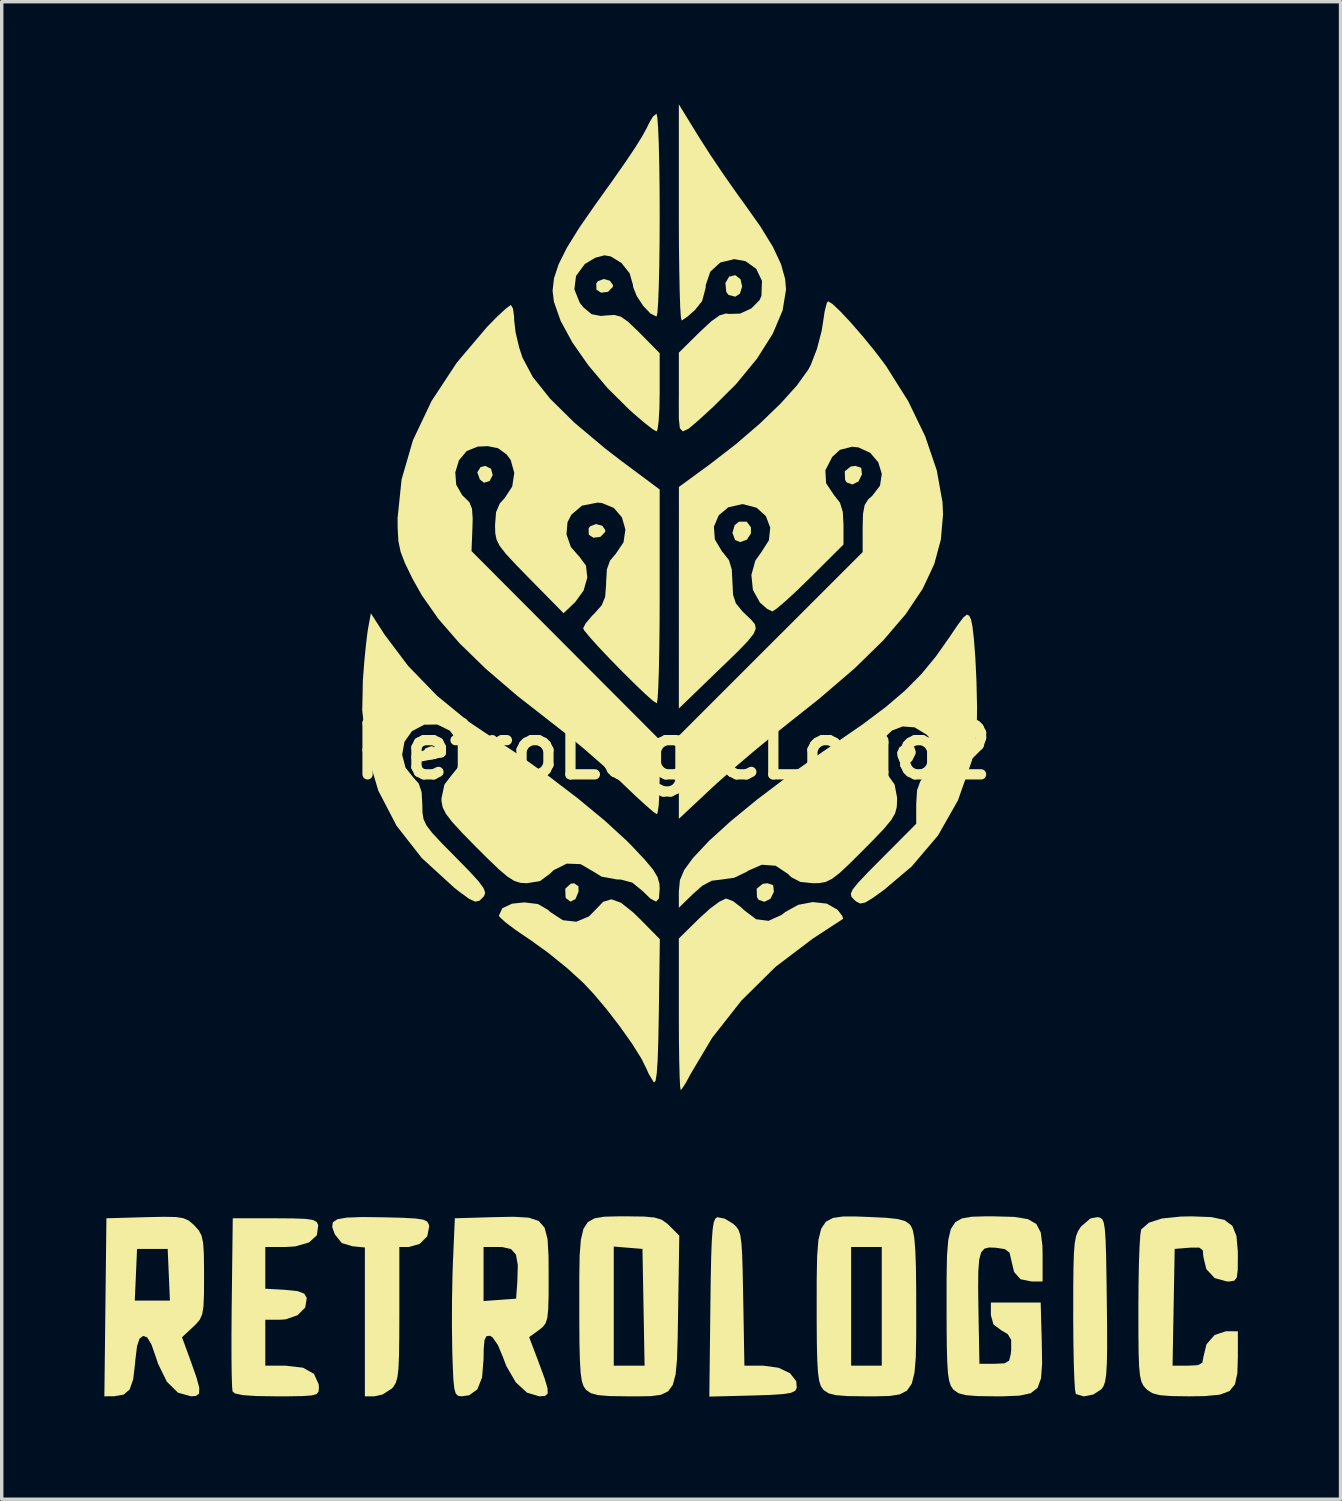
<source format=kicad_pcb>
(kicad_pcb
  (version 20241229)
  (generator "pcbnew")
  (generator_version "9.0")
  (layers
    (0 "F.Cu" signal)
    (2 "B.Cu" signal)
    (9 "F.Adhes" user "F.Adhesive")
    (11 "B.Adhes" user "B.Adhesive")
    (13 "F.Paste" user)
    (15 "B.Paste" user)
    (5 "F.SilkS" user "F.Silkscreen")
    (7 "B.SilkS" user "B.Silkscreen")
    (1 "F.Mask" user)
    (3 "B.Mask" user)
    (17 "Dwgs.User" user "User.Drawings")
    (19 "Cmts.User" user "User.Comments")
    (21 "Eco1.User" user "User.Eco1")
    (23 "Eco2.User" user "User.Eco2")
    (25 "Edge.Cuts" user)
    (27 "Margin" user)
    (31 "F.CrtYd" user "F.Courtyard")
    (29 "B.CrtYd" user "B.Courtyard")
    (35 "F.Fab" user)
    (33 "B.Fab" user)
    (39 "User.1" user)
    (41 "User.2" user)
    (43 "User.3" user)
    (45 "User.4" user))
  (footprint "RetroLogicLogo2"
    (layer "F.Cu")
    (at 16.62 18.901)
    (property "Reference" "RetroLogicLogo2" (at 0 0 0) (layer "F.SilkS") (effects (font (size 1.5 1.5) (thickness 0.3))))
    (attr board_only exclude_from_pos_files exclude_from_bom)
    (fp_poly (pts (xy -5.32 -8.251) (xy -5.272 -8.066) (xy -5.363 -7.895) (xy -5.527 -7.843) (xy -5.645 -7.938) (xy -5.722 -8.149) (xy -5.624 -8.303) (xy -5.488 -8.336)) (stroke (width 0) (type solid)) (fill yes) (layer "F.SilkS"))
    (fp_poly (pts (xy -6.883 -0.097) (xy -6.791 0.03) (xy -6.798 0.084) (xy -6.936 0.228) (xy -7.14 0.253) (xy -7.275 0.164) (xy -7.28 -0.017) (xy -7.237 -0.081) (xy -7.065 -0.146)) (stroke (width 0) (type solid)) (fill yes) (layer "F.SilkS"))
    (fp_poly (pts (xy -2.767 3.948) (xy -2.762 4.103) (xy -2.852 4.321) (xy -2.996 4.397) (xy -3.126 4.303) (xy -3.143 4.267) (xy -3.151 4.02) (xy -2.994 3.875) (xy -2.895 3.86)) (stroke (width 0) (type solid)) (fill yes) (layer "F.SilkS"))
    (fp_poly (pts (xy -2.071 -6.587) (xy -1.98 -6.46) (xy -1.986 -6.406) (xy -2.125 -6.262) (xy -2.329 -6.237) (xy -2.464 -6.326) (xy -2.469 -6.507) (xy -2.426 -6.57) (xy -2.253 -6.636)) (stroke (width 0) (type solid)) (fill yes) (layer "F.SilkS"))
    (fp_poly (pts (xy -1.848 -13.748) (xy -1.756 -13.621) (xy -1.762 -13.567) (xy -1.901 -13.423) (xy -2.105 -13.398) (xy -2.24 -13.487) (xy -2.245 -13.668) (xy -2.202 -13.732) (xy -2.029 -13.797)) (stroke (width 0) (type solid)) (fill yes) (layer "F.SilkS"))
    (fp_poly (pts (xy 1.972 -13.789) (xy 2.017 -13.575) (xy 1.953 -13.37) (xy 1.818 -13.281) (xy 1.619 -13.332) (xy 1.554 -13.419) (xy 1.529 -13.679) (xy 1.636 -13.866) (xy 1.818 -13.91)) (stroke (width 0) (type solid)) (fill yes) (layer "F.SilkS"))
    (fp_poly (pts (xy 2.275 -6.541) (xy 2.275 -6.363) (xy 2.157 -6.179) (xy 1.96 -6.11) (xy 1.813 -6.169) (xy 1.734 -6.378) (xy 1.799 -6.603) (xy 1.921 -6.705) (xy 2.151 -6.707)) (stroke (width 0) (type solid)) (fill yes) (layer "F.SilkS"))
    (fp_poly (pts (xy 2.925 3.916) (xy 2.945 4.111) (xy 2.844 4.315) (xy 2.668 4.402) (xy 2.501 4.346) (xy 2.451 4.266) (xy 2.443 4.019) (xy 2.619 3.878) (xy 2.756 3.86)) (stroke (width 0) (type solid)) (fill yes) (layer "F.SilkS"))
    (fp_poly (pts (xy 5.498 -8.28) (xy 5.519 -8.086) (xy 5.417 -7.881) (xy 5.242 -7.794) (xy 5.075 -7.851) (xy 5.025 -7.931) (xy 5.017 -8.178) (xy 5.192 -8.318) (xy 5.329 -8.336)) (stroke (width 0) (type solid)) (fill yes) (layer "F.SilkS"))
    (fp_poly (pts (xy 7.043 -0.131) (xy 7.092 0.016) (xy 7.085 0.083) (xy 6.979 0.293) (xy 6.792 0.383) (xy 6.624 0.321) (xy 6.557 0.153) (xy 6.546 0.037) (xy 6.62 -0.125) (xy 6.833 -0.168)) (stroke (width 0) (type solid)) (fill yes) (layer "F.SilkS"))
    (fp_poly (pts (xy 1.505 13.661) (xy 1.744 13.804) (xy 1.841 13.89) (xy 1.912 13.991) (xy 1.963 14.14) (xy 1.996 14.373) (xy 2.019 14.723) (xy 2.034 15.225) (xy 2.048 15.913) (xy 2.049 15.991) (xy 2.084 17.959) (xy 2.637 17.959) (xy 3.081 18.019) (xy 3.416 18.179) (xy 3.599 18.412) (xy 3.614 18.609) (xy 3.569 18.693) (xy 3.447 18.751) (xy 3.211 18.789) (xy 2.822 18.814) (xy 2.318 18.83) (xy 1.059 18.862) (xy 1.089 16.258) (xy 1.1 15.419) (xy 1.113 14.779) (xy 1.131 14.309) (xy 1.155 13.985) (xy 1.186 13.78) (xy 1.229 13.668) (xy 1.283 13.623) (xy 1.297 13.62)) (stroke (width 0) (type solid)) (fill yes) (layer "F.SilkS"))
    (fp_poly (pts (xy -8.448 13.623) (xy -7.895 13.637) (xy -7.526 13.658) (xy -7.303 13.691) (xy -7.187 13.745) (xy -7.139 13.829) (xy -7.127 13.889) (xy -7.185 14.179) (xy -7.405 14.4) (xy -7.722 14.49) (xy -7.729 14.49) (xy -8 14.49) (xy -8 16.448) (xy -8.002 17.16) (xy -8.01 17.682) (xy -8.027 18.05) (xy -8.057 18.298) (xy -8.103 18.46) (xy -8.17 18.571) (xy -8.224 18.63) (xy -8.491 18.8) (xy -8.728 18.854) (xy -9.007 18.854) (xy -9.007 16.679) (xy -9.007 14.504) (xy -9.37 14.469) (xy -9.683 14.375) (xy -9.88 14.127) (xy -9.887 14.113) (xy -9.961 13.912) (xy -9.945 13.771) (xy -9.812 13.68) (xy -9.534 13.631) (xy -9.086 13.615)) (stroke (width 0) (type solid)) (fill yes) (layer "F.SilkS"))
    (fp_poly (pts (xy 12.484 13.635) (xy 12.544 13.683) (xy 12.587 13.788) (xy 12.618 13.98) (xy 12.639 14.287) (xy 12.654 14.736) (xy 12.665 15.357) (xy 12.674 16.046) (xy 12.683 16.849) (xy 12.684 17.46) (xy 12.675 17.906) (xy 12.656 18.218) (xy 12.624 18.427) (xy 12.577 18.561) (xy 12.517 18.647) (xy 12.279 18.802) (xy 11.998 18.856) (xy 11.778 18.789) (xy 11.768 18.78) (xy 11.745 18.65) (xy 11.725 18.331) (xy 11.709 17.858) (xy 11.698 17.266) (xy 11.693 16.589) (xy 11.693 16.445) (xy 11.694 15.675) (xy 11.7 15.096) (xy 11.713 14.675) (xy 11.737 14.38) (xy 11.775 14.177) (xy 11.829 14.034) (xy 11.903 13.918) (xy 11.93 13.884) (xy 12.196 13.655) (xy 12.405 13.617)) (stroke (width 0) (type solid)) (fill yes) (layer "F.SilkS"))
    (fp_poly (pts (xy 1.755 4.385) (xy 2.005 4.578) (xy 2.07 4.644) (xy 2.425 4.912) (xy 2.788 4.959) (xy 3.172 4.784) (xy 3.28 4.7) (xy 3.654 4.492) (xy 4.083 4.41) (xy 4.491 4.456) (xy 4.801 4.632) (xy 4.812 4.644) (xy 4.946 4.818) (xy 4.969 4.9) (xy 4.861 4.971) (xy 4.61 5.134) (xy 4.262 5.361) (xy 4.084 5.477) (xy 2.994 6.303) (xy 1.998 7.287) (xy 1.139 8.38) (xy 0.516 9.427) (xy 0.365 9.705) (xy 0.252 9.877) (xy 0.222 9.903) (xy 0.205 9.796) (xy 0.191 9.5) (xy 0.179 9.047) (xy 0.171 8.472) (xy 0.168 7.807) (xy 0.168 7.689) (xy 0.168 5.475) (xy 0.759 4.892) (xy 1.074 4.606) (xy 1.353 4.399) (xy 1.541 4.309) (xy 1.553 4.308)) (stroke (width 0) (type solid)) (fill yes) (layer "F.SilkS"))
    (fp_poly (pts (xy -1.525 4.429) (xy -1.172 4.708) (xy -0.973 4.901) (xy -0.387 5.495) (xy -0.417 7.66) (xy -0.432 8.446) (xy -0.451 9.025) (xy -0.477 9.413) (xy -0.511 9.627) (xy -0.553 9.683) (xy -0.57 9.668) (xy -0.719 9.419) (xy -0.761 9.319) (xy -0.921 8.994) (xy -1.195 8.555) (xy -1.548 8.056) (xy -1.94 7.546) (xy -2.335 7.078) (xy -2.625 6.77) (xy -3.091 6.346) (xy -3.641 5.9) (xy -4.164 5.522) (xy -4.224 5.483) (xy -4.603 5.225) (xy -4.898 5.003) (xy -5.066 4.848) (xy -5.09 4.806) (xy -4.991 4.59) (xy -4.707 4.457) (xy -4.347 4.42) (xy -3.95 4.468) (xy -3.655 4.639) (xy -3.591 4.7) (xy -3.221 4.941) (xy -2.827 4.984) (xy -2.462 4.832) (xy -2.276 4.644) (xy -2.045 4.403) (xy -1.805 4.329)) (stroke (width 0) (type solid)) (fill yes) (layer "F.SilkS"))
    (fp_poly (pts (xy -11.096 13.655) (xy -10.737 13.669) (xy -10.523 13.702) (xy -10.415 13.758) (xy -10.372 13.845) (xy -10.37 13.855) (xy -10.41 14.147) (xy -10.641 14.358) (xy -11.042 14.473) (xy -11.319 14.49) (xy -11.917 14.49) (xy -11.917 15.1) (xy -11.917 15.709) (xy -11.33 15.743) (xy -10.968 15.781) (xy -10.777 15.855) (xy -10.705 15.981) (xy -10.752 16.262) (xy -10.973 16.483) (xy -11.321 16.604) (xy -11.487 16.616) (xy -11.917 16.616) (xy -11.917 17.288) (xy -11.917 17.959) (xy -11.319 17.959) (xy -10.814 18.018) (xy -10.495 18.198) (xy -10.357 18.503) (xy -10.35 18.611) (xy -10.361 18.717) (xy -10.418 18.787) (xy -10.562 18.828) (xy -10.83 18.847) (xy -11.262 18.854) (xy -11.585 18.854) (xy -12.181 18.846) (xy -12.578 18.819) (xy -12.802 18.77) (xy -12.874 18.712) (xy -12.888 18.562) (xy -12.899 18.223) (xy -12.905 17.73) (xy -12.906 17.115) (xy -12.901 16.415) (xy -12.898 16.11) (xy -12.868 13.651) (xy -11.639 13.651)) (stroke (width 0) (type solid)) (fill yes) (layer "F.SilkS"))
    (fp_poly (pts (xy -1.313 13.595) (xy -0.843 13.601) (xy -0.536 13.63) (xy -0.333 13.694) (xy -0.172 13.807) (xy -0.1 13.876) (xy 0.181 14.158) (xy 0.147 16.347) (xy 0.134 17.158) (xy 0.115 17.772) (xy 0.073 18.217) (xy -0.009 18.52) (xy -0.145 18.708) (xy -0.353 18.809) (xy -0.649 18.849) (xy -1.049 18.855) (xy -1.347 18.854) (xy -1.856 18.847) (xy -2.192 18.819) (xy -2.403 18.762) (xy -2.538 18.669) (xy -2.556 18.65) (xy -2.62 18.552) (xy -2.668 18.401) (xy -2.702 18.165) (xy -2.723 17.813) (xy -2.736 17.316) (xy -2.741 16.643) (xy -2.741 16.218) (xy -1.734 16.218) (xy -1.734 17.959) (xy -1.284 17.959) (xy -0.833 17.959) (xy -0.864 16.253) (xy -0.895 14.546) (xy -1.315 14.512) (xy -1.734 14.477) (xy -1.734 16.218) (xy -2.741 16.218) (xy -2.741 16.194) (xy -2.741 15.367) (xy -2.731 14.737) (xy -2.695 14.277) (xy -2.62 13.96) (xy -2.491 13.761) (xy -2.293 13.651) (xy -2.011 13.605) (xy -1.63 13.595)) (stroke (width 0) (type solid)) (fill yes) (layer "F.SilkS"))
    (fp_poly (pts (xy 5.36 13.599) (xy 5.726 13.613) (xy 6.24 13.638) (xy 6.578 13.676) (xy 6.787 13.736) (xy 6.914 13.828) (xy 6.947 13.868) (xy 7.005 13.997) (xy 7.048 14.221) (xy 7.077 14.568) (xy 7.096 15.066) (xy 7.104 15.743) (xy 7.105 16.246) (xy 7.105 17.075) (xy 7.093 17.706) (xy 7.054 18.168) (xy 6.974 18.485) (xy 6.836 18.686) (xy 6.625 18.797) (xy 6.327 18.844) (xy 5.926 18.854) (xy 5.612 18.854) (xy 5.097 18.847) (xy 4.757 18.82) (xy 4.543 18.766) (xy 4.406 18.676) (xy 4.381 18.65) (xy 4.316 18.551) (xy 4.268 18.398) (xy 4.235 18.159) (xy 4.213 17.804) (xy 4.201 17.3) (xy 4.196 16.619) (xy 4.196 16.244) (xy 4.196 16.225) (xy 5.203 16.225) (xy 5.203 17.959) (xy 5.651 17.959) (xy 6.098 17.959) (xy 6.098 16.225) (xy 6.098 14.49) (xy 5.651 14.49) (xy 5.203 14.49) (xy 5.203 16.225) (xy 4.196 16.225) (xy 4.197 15.401) (xy 4.209 14.756) (xy 4.247 14.284) (xy 4.327 13.958) (xy 4.463 13.752) (xy 4.671 13.641) (xy 4.965 13.599)) (stroke (width 0) (type solid)) (fill yes) (layer "F.SilkS"))
    (fp_poly (pts (xy 0.75 -17.954) (xy 1.092 -17.419) (xy 1.501 -16.813) (xy 1.905 -16.238) (xy 2.038 -16.057) (xy 2.55 -15.335) (xy 2.917 -14.737) (xy 3.153 -14.234) (xy 3.275 -13.794) (xy 3.3 -13.489) (xy 3.2 -12.879) (xy 2.913 -12.199) (xy 2.454 -11.473) (xy 1.84 -10.726) (xy 1.175 -10.065) (xy 0.743 -9.669) (xy 0.456 -9.425) (xy 0.284 -9.344) (xy 0.198 -9.435) (xy 0.168 -9.709) (xy 0.167 -10.176) (xy 0.168 -10.424) (xy 0.168 -11.645) (xy 0.774 -12.244) (xy 1.117 -12.563) (xy 1.36 -12.736) (xy 1.544 -12.789) (xy 1.631 -12.777) (xy 1.959 -12.787) (xy 2.288 -12.939) (xy 2.528 -13.182) (xy 2.582 -13.309) (xy 2.597 -13.744) (xy 2.43 -14.095) (xy 2.115 -14.32) (xy 1.787 -14.378) (xy 1.38 -14.28) (xy 1.088 -14.013) (xy 0.955 -13.623) (xy 0.951 -13.539) (xy 0.848 -13.152) (xy 0.637 -12.889) (xy 0.418 -12.696) (xy 0.265 -12.593) (xy 0.246 -12.588) (xy 0.226 -12.695) (xy 0.207 -12.998) (xy 0.192 -13.468) (xy 0.18 -14.078) (xy 0.171 -14.798) (xy 0.168 -15.601) (xy 0.168 -15.744) (xy 0.168 -18.901)) (stroke (width 0) (type solid)) (fill yes) (layer "F.SilkS"))
    (fp_poly (pts (xy -14.541 13.614) (xy -14.314 13.648) (xy -14.158 13.716) (xy -14.023 13.829) (xy -13.986 13.866) (xy -13.861 14.005) (xy -13.781 14.155) (xy -13.734 14.368) (xy -13.713 14.691) (xy -13.707 15.176) (xy -13.707 15.335) (xy -13.709 15.866) (xy -13.724 16.223) (xy -13.761 16.455) (xy -13.832 16.614) (xy -13.947 16.749) (xy -14.029 16.827) (xy -14.351 17.128) (xy -14.087 17.851) (xy -13.924 18.315) (xy -13.846 18.61) (xy -13.852 18.773) (xy -13.943 18.842) (xy -14.084 18.854) (xy -14.469 18.747) (xy -14.793 18.428) (xy -15.051 17.903) (xy -15.105 17.738) (xy -15.244 17.339) (xy -15.369 17.132) (xy -15.488 17.088) (xy -15.593 17.169) (xy -15.665 17.387) (xy -15.714 17.783) (xy -15.721 17.88) (xy -15.778 18.358) (xy -15.881 18.653) (xy -16.056 18.804) (xy -16.33 18.852) (xy -16.367 18.852) (xy -16.62 18.854) (xy -16.59 16.253) (xy -16.588 16.057) (xy -15.731 16.057) (xy -15.218 16.057) (xy -14.704 16.057) (xy -14.737 15.302) (xy -14.77 14.546) (xy -15.218 14.546) (xy -15.665 14.546) (xy -15.698 15.302) (xy -15.731 16.057) (xy -16.588 16.057) (xy -16.56 13.651) (xy -15.412 13.619) (xy -14.89 13.608)) (stroke (width 0) (type solid)) (fill yes) (layer "F.SilkS"))
    (fp_poly (pts (xy 15.726 13.616) (xy 16.111 13.698) (xy 16.345 13.872) (xy 16.464 14.17) (xy 16.503 14.621) (xy 16.504 14.77) (xy 16.501 15.161) (xy 16.474 15.378) (xy 16.403 15.473) (xy 16.265 15.497) (xy 16.186 15.497) (xy 15.827 15.399) (xy 15.582 15.136) (xy 15.497 14.782) (xy 15.478 14.584) (xy 15.375 14.507) (xy 15.125 14.508) (xy 15.078 14.512) (xy 14.658 14.546) (xy 14.627 16.253) (xy 14.596 17.959) (xy 15.047 17.959) (xy 15.338 17.943) (xy 15.467 17.871) (xy 15.497 17.708) (xy 15.497 17.704) (xy 15.588 17.332) (xy 15.825 17.062) (xy 16.157 16.952) (xy 16.175 16.952) (xy 16.504 16.952) (xy 16.504 17.718) (xy 16.489 18.185) (xy 16.419 18.503) (xy 16.259 18.701) (xy 15.973 18.807) (xy 15.525 18.848) (xy 15.069 18.854) (xy 14.563 18.847) (xy 14.228 18.821) (xy 14.012 18.765) (xy 13.862 18.67) (xy 13.819 18.63) (xy 13.741 18.539) (xy 13.684 18.42) (xy 13.644 18.241) (xy 13.618 17.971) (xy 13.604 17.575) (xy 13.598 17.021) (xy 13.597 16.277) (xy 13.597 16.253) (xy 13.602 15.576) (xy 13.613 14.973) (xy 13.631 14.482) (xy 13.654 14.138) (xy 13.679 13.979) (xy 13.681 13.976) (xy 13.905 13.78) (xy 14.282 13.658) (xy 14.838 13.601) (xy 15.154 13.595)) (stroke (width 0) (type solid)) (fill yes) (layer "F.SilkS"))
    (fp_poly (pts (xy -4.218 13.633) (xy -3.928 13.729) (xy -3.755 13.926) (xy -3.669 14.258) (xy -3.64 14.755) (xy -3.637 15.323) (xy -3.638 15.902) (xy -3.649 16.299) (xy -3.675 16.557) (xy -3.726 16.719) (xy -3.807 16.826) (xy -3.921 16.917) (xy -4.206 17.124) (xy -3.921 17.88) (xy -3.754 18.334) (xy -3.669 18.62) (xy -3.665 18.776) (xy -3.742 18.841) (xy -3.899 18.854) (xy -3.91 18.854) (xy -4.269 18.747) (xy -4.598 18.444) (xy -4.872 17.972) (xy -4.962 17.735) (xy -5.119 17.357) (xy -5.277 17.129) (xy -5.354 17.084) (xy -5.455 17.096) (xy -5.512 17.213) (xy -5.535 17.478) (xy -5.539 17.766) (xy -5.582 18.301) (xy -5.718 18.647) (xy -5.959 18.823) (xy -6.182 18.854) (xy -6.281 18.841) (xy -6.35 18.778) (xy -6.394 18.627) (xy -6.422 18.351) (xy -6.441 17.911) (xy -6.453 17.539) (xy -6.463 16.837) (xy -6.461 16.043) (xy -6.446 15.282) (xy -6.446 15.28) (xy -5.539 15.28) (xy -5.539 16.07) (xy -5.063 16.035) (xy -4.588 16.001) (xy -4.552 15.506) (xy -4.538 15.02) (xy -4.592 14.715) (xy -4.735 14.552) (xy -4.987 14.493) (xy -5.093 14.49) (xy -5.539 14.49) (xy -5.539 15.28) (xy -6.446 15.28) (xy -6.434 14.938) (xy -6.378 13.651) (xy -5.274 13.619) (xy -4.657 13.607)) (stroke (width 0) (type solid)) (fill yes) (layer "F.SilkS"))
    (fp_poly (pts (xy -0.461 -18.523) (xy -0.438 -18.222) (xy -0.419 -17.754) (xy -0.404 -17.151) (xy -0.395 -16.439) (xy -0.392 -15.665) (xy -0.395 -14.877) (xy -0.404 -14.167) (xy -0.419 -13.566) (xy -0.437 -13.102) (xy -0.459 -12.803) (xy -0.483 -12.7) (xy -0.664 -12.791) (xy -0.875 -13.015) (xy -1.061 -13.297) (xy -1.167 -13.563) (xy -1.175 -13.634) (xy -1.27 -13.965) (xy -1.507 -14.263) (xy -1.817 -14.456) (xy -2.003 -14.49) (xy -2.277 -14.418) (xy -2.567 -14.244) (xy -2.586 -14.228) (xy -2.837 -13.885) (xy -2.885 -13.494) (xy -2.727 -13.101) (xy -2.62 -12.968) (xy -2.38 -12.769) (xy -2.113 -12.718) (xy -1.942 -12.733) (xy -1.714 -12.747) (xy -1.526 -12.696) (xy -1.316 -12.549) (xy -1.027 -12.273) (xy -0.963 -12.209) (xy -0.392 -11.63) (xy -0.392 -10.487) (xy -0.4 -10.011) (xy -0.423 -9.633) (xy -0.456 -9.397) (xy -0.484 -9.343) (xy -0.605 -9.414) (xy -0.844 -9.601) (xy -1.158 -9.87) (xy -1.27 -9.97) (xy -1.914 -10.608) (xy -2.479 -11.278) (xy -2.944 -11.944) (xy -3.286 -12.573) (xy -3.482 -13.13) (xy -3.522 -13.452) (xy -3.48 -13.819) (xy -3.346 -14.227) (xy -3.106 -14.708) (xy -2.745 -15.291) (xy -2.261 -15.988) (xy -1.767 -16.679) (xy -1.39 -17.218) (xy -1.111 -17.634) (xy -0.911 -17.954) (xy -0.772 -18.206) (xy -0.717 -18.323) (xy -0.592 -18.541) (xy -0.486 -18.63)) (stroke (width 0) (type solid)) (fill yes) (layer "F.SilkS"))
    (fp_poly (pts (xy 9.387 13.595) (xy 9.972 13.611) (xy 10.37 13.676) (xy 10.616 13.819) (xy 10.745 14.069) (xy 10.793 14.453) (xy 10.798 14.72) (xy 10.798 15.497) (xy 10.476 15.497) (xy 10.153 15.433) (xy 9.964 15.219) (xy 9.885 14.882) (xy 9.832 14.656) (xy 9.696 14.552) (xy 9.431 14.512) (xy 9.237 14.504) (xy 9.097 14.539) (xy 9.003 14.645) (xy 8.946 14.853) (xy 8.919 15.193) (xy 8.915 15.694) (xy 8.924 16.387) (xy 8.925 16.448) (xy 8.952 17.903) (xy 9.399 17.903) (xy 9.687 17.89) (xy 9.821 17.811) (xy 9.87 17.608) (xy 9.881 17.493) (xy 9.879 17.202) (xy 9.778 17.035) (xy 9.601 16.932) (xy 9.362 16.754) (xy 9.288 16.487) (xy 9.287 16.447) (xy 9.287 16.113) (xy 10.015 16.113) (xy 10.742 16.113) (xy 10.774 17.274) (xy 10.784 17.896) (xy 10.752 18.329) (xy 10.651 18.607) (xy 10.448 18.764) (xy 10.116 18.835) (xy 9.623 18.854) (xy 9.399 18.854) (xy 8.891 18.847) (xy 8.556 18.82) (xy 8.345 18.765) (xy 8.208 18.672) (xy 8.181 18.645) (xy 8.116 18.547) (xy 8.067 18.399) (xy 8.032 18.171) (xy 8.01 17.829) (xy 7.998 17.345) (xy 7.993 16.685) (xy 7.992 16.211) (xy 7.993 15.381) (xy 8.004 14.748) (xy 8.041 14.286) (xy 8.116 13.967) (xy 8.246 13.765) (xy 8.443 13.654) (xy 8.722 13.606) (xy 9.097 13.595)) (stroke (width 0) (type solid)) (fill yes) (layer "F.SilkS"))
    (fp_poly (pts (xy -8.425 -3.396) (xy -7.739 -2.486) (xy -6.897 -1.618) (xy -5.965 -0.855) (xy -5.501 -0.543) (xy -4.581 0.059) (xy -3.66 0.712) (xy -2.783 1.381) (xy -1.999 2.029) (xy -1.353 2.621) (xy -1.203 2.773) (xy -0.829 3.17) (xy -0.589 3.457) (xy -0.456 3.677) (xy -0.4 3.874) (xy -0.392 4.016) (xy -0.413 4.302) (xy -0.496 4.398) (xy -0.664 4.308) (xy -0.895 4.084) (xy -1.194 3.841) (xy -1.523 3.753) (xy -1.648 3.748) (xy -2.089 3.668) (xy -2.32 3.525) (xy -2.701 3.302) (xy -3.108 3.287) (xy -3.49 3.477) (xy -3.603 3.586) (xy -3.891 3.798) (xy -4.277 3.86) (xy -4.466 3.848) (xy -4.641 3.792) (xy -4.839 3.668) (xy -5.097 3.449) (xy -5.449 3.11) (xy -5.737 2.823) (xy -6.166 2.386) (xy -6.458 2.067) (xy -6.638 1.832) (xy -6.733 1.644) (xy -6.767 1.467) (xy -6.77 1.388) (xy -6.683 0.977) (xy -6.5 0.737) (xy -6.239 0.414) (xy -6.177 0.086) (xy -6.276 -0.265) (xy -6.525 -0.599) (xy -6.889 -0.778) (xy -7.273 -0.773) (xy -7.631 -0.585) (xy -7.851 -0.272) (xy -7.918 0.105) (xy -7.819 0.483) (xy -7.609 0.748) (xy -7.432 0.948) (xy -7.349 1.198) (xy -7.329 1.557) (xy -7.324 1.797) (xy -7.292 1.989) (xy -7.206 2.173) (xy -7.04 2.389) (xy -6.769 2.681) (xy -6.366 3.089) (xy -6.359 3.096) (xy -5.95 3.513) (xy -5.683 3.806) (xy -5.538 4.004) (xy -5.491 4.137) (xy -5.524 4.234) (xy -5.533 4.245) (xy -5.655 4.369) (xy -5.78 4.398) (xy -5.957 4.319) (xy -6.235 4.117) (xy -6.396 3.991) (xy -7.344 3.123) (xy -8.082 2.18) (xy -8.616 1.152) (xy -8.948 0.032) (xy -9.084 -1.191) (xy -9.066 -2.07) (xy -9.026 -2.595) (xy -8.978 -3.09) (xy -8.931 -3.473) (xy -8.914 -3.581) (xy -8.832 -4.028)) (stroke (width 0) (type solid)) (fill yes) (layer "F.SilkS"))
    (fp_poly (pts (xy 8.655 -3.956) (xy 8.706 -3.849) (xy 8.749 -3.641) (xy 8.792 -3.26) (xy 8.831 -2.754) (xy 8.86 -2.174) (xy 8.866 -2.014) (xy 8.883 -1.294) (xy 8.876 -0.742) (xy 8.842 -0.301) (xy 8.777 0.083) (xy 8.731 0.28) (xy 8.325 1.438) (xy 7.742 2.464) (xy 6.973 3.369) (xy 6.169 4.05) (xy 5.825 4.297) (xy 5.609 4.426) (xy 5.468 4.453) (xy 5.354 4.396) (xy 5.294 4.345) (xy 5.214 4.26) (xy 5.193 4.168) (xy 5.25 4.04) (xy 5.406 3.846) (xy 5.681 3.555) (xy 6.094 3.138) (xy 7.105 2.122) (xy 7.105 1.542) (xy 7.129 1.148) (xy 7.222 0.883) (xy 7.385 0.682) (xy 7.617 0.321) (xy 7.646 -0.061) (xy 7.473 -0.414) (xy 7.406 -0.484) (xy 7.058 -0.695) (xy 6.711 -0.722) (xy 6.398 -0.603) (xy 6.155 -0.372) (xy 6.019 -0.068) (xy 6.025 0.275) (xy 6.208 0.618) (xy 6.266 0.682) (xy 6.473 0.975) (xy 6.544 1.348) (xy 6.546 1.43) (xy 6.536 1.636) (xy 6.488 1.817) (xy 6.376 2.01) (xy 6.173 2.256) (xy 5.853 2.592) (xy 5.569 2.879) (xy 5.156 3.29) (xy 4.859 3.567) (xy 4.639 3.735) (xy 4.456 3.823) (xy 4.271 3.856) (xy 4.099 3.86) (xy 3.72 3.822) (xy 3.454 3.683) (xy 3.347 3.581) (xy 2.997 3.349) (xy 2.596 3.319) (xy 2.194 3.493) (xy 2.151 3.525) (xy 1.786 3.7) (xy 1.442 3.748) (xy 1.13 3.787) (xy 0.855 3.932) (xy 0.592 4.163) (xy 0.168 4.577) (xy 0.168 4.1) (xy 0.2 3.768) (xy 0.323 3.475) (xy 0.576 3.129) (xy 0.587 3.116) (xy 1.049 2.623) (xy 1.683 2.047) (xy 2.463 1.408) (xy 3.364 0.727) (xy 4.36 0.025) (xy 4.68 -0.191) (xy 5.53 -0.776) (xy 6.219 -1.293) (xy 6.782 -1.774) (xy 7.256 -2.253) (xy 7.678 -2.765) (xy 8.059 -3.305) (xy 8.319 -3.69) (xy 8.486 -3.911) (xy 8.588 -3.991)) (stroke (width 0) (type solid)) (fill yes) (layer "F.SilkS"))
    (fp_poly (pts (xy 4.661 -13.065) (xy 4.894 -12.844) (xy 5.195 -12.522) (xy 5.53 -12.137) (xy 5.866 -11.728) (xy 6.167 -11.333) (xy 6.23 -11.245) (xy 6.871 -10.227) (xy 7.367 -9.201) (xy 7.706 -8.204) (xy 7.873 -7.273) (xy 7.889 -6.923) (xy 7.826 -6.187) (xy 7.631 -5.465) (xy 7.292 -4.742) (xy 6.798 -4.004) (xy 6.138 -3.233) (xy 5.301 -2.416) (xy 4.275 -1.536) (xy 3.581 -0.985) (xy 2.988 -0.514) (xy 2.363 0.00023) (xy 1.771 0.504) (xy 1.274 0.944) (xy 1.147 1.061) (xy 0.168 1.978) (xy 0.168 0.765) (xy 0.168 -0.449) (xy 2.853 -3.133) (xy 5.539 -5.817) (xy 5.539 -6.529) (xy 5.55 -6.934) (xy 5.596 -7.186) (xy 5.699 -7.354) (xy 5.819 -7.461) (xy 6.047 -7.758) (xy 6.099 -8.103) (xy 5.996 -8.441) (xy 5.762 -8.717) (xy 5.418 -8.876) (xy 5.232 -8.896) (xy 4.876 -8.806) (xy 4.652 -8.601) (xy 4.45 -8.208) (xy 4.471 -7.83) (xy 4.7 -7.487) (xy 4.877 -7.26) (xy 4.96 -6.988) (xy 4.979 -6.622) (xy 4.979 -6.038) (xy 3.998 -5.061) (xy 3.613 -4.687) (xy 3.279 -4.379) (xy 3.03 -4.168) (xy 2.902 -4.084) (xy 2.899 -4.084) (xy 2.746 -4.159) (xy 2.541 -4.339) (xy 2.537 -4.343) (xy 2.332 -4.711) (xy 2.288 -5.148) (xy 2.404 -5.571) (xy 2.574 -5.808) (xy 2.8 -6.162) (xy 2.839 -6.532) (xy 2.712 -6.868) (xy 2.441 -7.113) (xy 2.046 -7.217) (xy 2.014 -7.217) (xy 1.612 -7.126) (xy 1.331 -6.889) (xy 1.193 -6.558) (xy 1.22 -6.188) (xy 1.432 -5.832) (xy 1.455 -5.808) (xy 1.632 -5.582) (xy 1.715 -5.31) (xy 1.734 -4.943) (xy 1.752 -4.572) (xy 1.833 -4.322) (xy 2.019 -4.092) (xy 2.126 -3.988) (xy 2.288 -3.835) (xy 2.39 -3.71) (xy 2.417 -3.584) (xy 2.354 -3.43) (xy 2.185 -3.217) (xy 1.896 -2.918) (xy 1.47 -2.504) (xy 1.202 -2.246) (xy 0.168 -1.246) (xy 0.169 -4.483) (xy 0.17 -7.721) (xy 1.074 -8.382) (xy 1.833 -8.969) (xy 2.531 -9.569) (xy 3.136 -10.152) (xy 3.619 -10.688) (xy 3.95 -11.149) (xy 4.021 -11.281) (xy 4.202 -11.749) (xy 4.34 -12.275) (xy 4.377 -12.504) (xy 4.429 -12.849) (xy 4.488 -13.083) (xy 4.531 -13.148)) (stroke (width 0) (type solid)) (fill yes) (layer "F.SilkS"))
    (fp_poly (pts (xy -4.679 -12.936) (xy -4.646 -12.689) (xy -4.644 -12.592) (xy -4.603 -12.237) (xy -4.498 -11.796) (xy -4.402 -11.501) (xy -4.101 -10.935) (xy -3.593 -10.299) (xy -2.884 -9.599) (xy -1.979 -8.839) (xy -1.483 -8.459) (xy -0.392 -7.647) (xy -0.392 -4.523) (xy -0.395 -3.713) (xy -0.403 -2.981) (xy -0.416 -2.355) (xy -0.433 -1.865) (xy -0.452 -1.537) (xy -0.475 -1.401) (xy -0.478 -1.399) (xy -0.593 -1.475) (xy -0.823 -1.679) (xy -1.132 -1.975) (xy -1.484 -2.324) (xy -1.843 -2.691) (xy -2.172 -3.039) (xy -2.435 -3.33) (xy -2.597 -3.528) (xy -2.63 -3.59) (xy -2.555 -3.734) (xy -2.369 -3.954) (xy -2.294 -4.028) (xy -2.086 -4.263) (xy -1.986 -4.508) (xy -1.958 -4.861) (xy -1.958 -4.925) (xy -1.935 -5.311) (xy -1.845 -5.566) (xy -1.678 -5.763) (xy -1.449 -6.103) (xy -1.394 -6.478) (xy -1.495 -6.831) (xy -1.732 -7.108) (xy -2.085 -7.253) (xy -2.213 -7.262) (xy -2.661 -7.175) (xy -2.971 -6.912) (xy -3.086 -6.69) (xy -3.115 -6.334) (xy -2.987 -5.964) (xy -2.736 -5.679) (xy -2.546 -5.423) (xy -2.507 -5.073) (xy -2.615 -4.696) (xy -2.859 -4.358) (xy -3.201 -4.031) (xy -4.202 -5.048) (xy -4.614 -5.471) (xy -4.894 -5.774) (xy -5.068 -5.999) (xy -5.16 -6.184) (xy -5.197 -6.369) (xy -5.203 -6.594) (xy -5.203 -6.601) (xy -5.174 -6.981) (xy -5.065 -7.238) (xy -4.923 -7.395) (xy -4.701 -7.733) (xy -4.641 -8.132) (xy -4.746 -8.51) (xy -4.867 -8.672) (xy -5.112 -8.851) (xy -5.413 -8.913) (xy -5.707 -8.9) (xy -6.032 -8.771) (xy -6.258 -8.499) (xy -6.365 -8.148) (xy -6.338 -7.785) (xy -6.158 -7.472) (xy -6.101 -7.421) (xy -5.952 -7.272) (xy -5.877 -7.088) (xy -5.857 -6.799) (xy -5.864 -6.526) (xy -5.891 -5.846) (xy -3.142 -3.088) (xy -0.392 -0.33) (xy -0.392 0.758) (xy -0.4 1.22) (xy -0.421 1.584) (xy -0.453 1.802) (xy -0.476 1.843) (xy -0.584 1.768) (xy -0.817 1.567) (xy -1.14 1.27) (xy -1.511 0.915) (xy -2.016 0.445) (xy -2.594 -0.061) (xy -3.156 -0.525) (xy -3.436 -0.744) (xy -4.55 -1.614) (xy -5.479 -2.411) (xy -6.241 -3.153) (xy -6.855 -3.86) (xy -7.34 -4.55) (xy -7.613 -5.035) (xy -7.832 -5.484) (xy -7.963 -5.825) (xy -8.029 -6.145) (xy -8.05 -6.532) (xy -8.051 -6.815) (xy -7.934 -7.943) (xy -7.602 -9.086) (xy -7.061 -10.228) (xy -6.319 -11.356) (xy -5.441 -12.392) (xy -5.144 -12.695) (xy -4.901 -12.921) (xy -4.754 -13.031) (xy -4.738 -13.036)) (stroke (width 0) (type solid)) (fill yes) (layer "F.SilkS")))
  (gr_rect
    (start -3 -3)
    (end 36.125 40.762)
    (stroke (width 0.1) (type default))
    (fill no)
    (layer "Edge.Cuts")))
</source>
